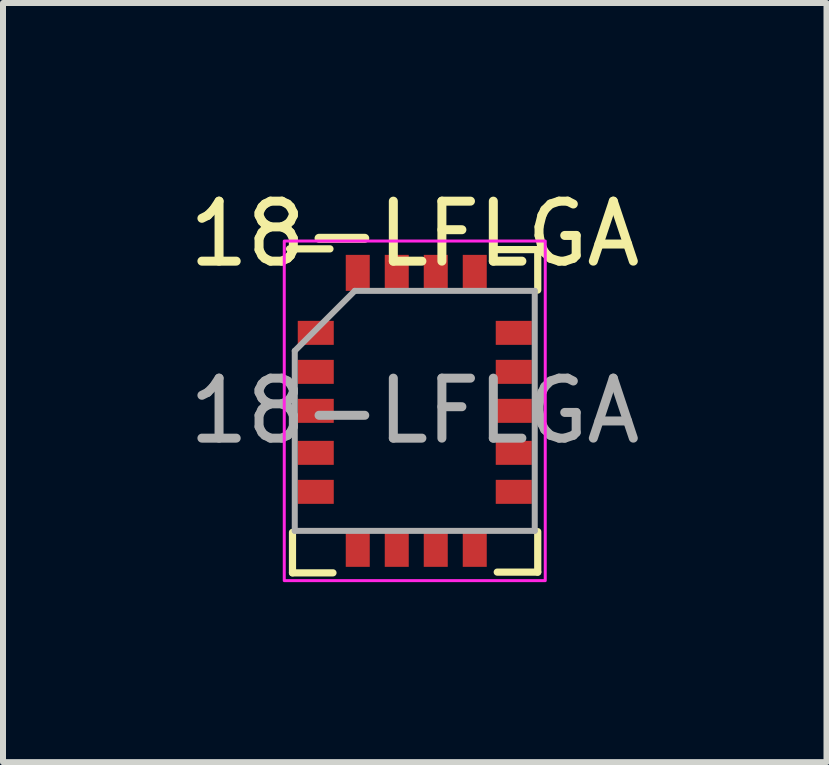
<source format=kicad_pcb>
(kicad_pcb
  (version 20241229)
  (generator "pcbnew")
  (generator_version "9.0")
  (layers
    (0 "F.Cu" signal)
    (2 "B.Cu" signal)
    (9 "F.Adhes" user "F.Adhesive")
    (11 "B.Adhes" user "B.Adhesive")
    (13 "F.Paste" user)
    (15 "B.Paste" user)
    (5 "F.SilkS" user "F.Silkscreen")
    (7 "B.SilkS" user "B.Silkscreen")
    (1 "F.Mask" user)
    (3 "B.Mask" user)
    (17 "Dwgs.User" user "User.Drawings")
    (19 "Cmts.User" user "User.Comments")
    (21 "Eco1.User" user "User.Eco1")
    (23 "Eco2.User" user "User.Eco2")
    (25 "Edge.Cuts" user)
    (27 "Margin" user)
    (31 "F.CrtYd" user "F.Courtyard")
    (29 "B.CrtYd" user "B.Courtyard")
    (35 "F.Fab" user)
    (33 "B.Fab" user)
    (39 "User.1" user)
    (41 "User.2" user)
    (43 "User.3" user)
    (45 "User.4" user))
  (footprint "18-LFLGA"
    (layer "F.Cu")
    (at 3.863 3.798)
    (property "Reference" "18-LFLGA" (at 0 -2.95 0) (layer "F.SilkS") (effects (font (size 1 1) (thickness 0.15))))
    (attr smd)
    (fp_line (start -2.038 2.7) (end -2.038 2.025) (stroke (width 0.12) (type solid)) (layer "F.SilkS"))
    (fp_line (start -1.413 -2.7) (end -2.087 -2.7) (stroke (width 0.12) (type solid)) (layer "F.SilkS"))
    (fp_line (start -1.363 2.7) (end -2.038 2.7) (stroke (width 0.12) (type solid)) (layer "F.SilkS"))
    (fp_line (start 1.375 -2.688) (end 2.05 -2.688) (stroke (width 0.12) (type solid)) (layer "F.SilkS"))
    (fp_line (start 1.375 2.688) (end 2.05 2.688) (stroke (width 0.12) (type solid)) (layer "F.SilkS"))
    (fp_line (start 2.05 -2.688) (end 2.05 -2.013) (stroke (width 0.12) (type solid)) (layer "F.SilkS"))
    (fp_line (start 2.05 2.688) (end 2.05 2.013) (stroke (width 0.12) (type solid)) (layer "F.SilkS"))
    (fp_rect (start 2.175 2.83) (end -2.175 -2.83) (stroke (width 0.05) (type default)) (fill no) (layer "F.CrtYd"))
    (fp_line (start -2 -1) (end -1 -2) (stroke (width 0.1) (type solid)) (layer "F.Fab"))
    (fp_line (start -2 2) (end -2 -1) (stroke (width 0.1) (type solid)) (layer "F.Fab"))
    (fp_line (start -1 -2) (end 2 -2) (stroke (width 0.1) (type solid)) (layer "F.Fab"))
    (fp_line (start 2 -2) (end 2 2) (stroke (width 0.1) (type solid)) (layer "F.Fab"))
    (fp_line (start 2 2) (end -2 2) (stroke (width 0.1) (type solid)) (layer "F.Fab"))
    (fp_text user "${REFERENCE}" (at 0 0 0) (layer "F.Fab") (effects (font (size 1 1) (thickness 0.15))))
    (pad "1" smd rect (at -1.65 -1.3) (size 0.6 0.4) (layers "F.Cu" "F.Mask" "F.Paste"))
    (pad "1" smd rect (at -1.65 -0.65) (size 0.6 0.4) (layers "F.Cu" "F.Mask" "F.Paste"))
    (pad "1" smd rect (at -1.65 0) (size 0.6 0.4) (layers "F.Cu" "F.Mask" "F.Paste"))
    (pad "1" smd rect (at -1.65 0.7) (size 0.6 0.4) (layers "F.Cu" "F.Mask" "F.Paste"))
    (pad "1" smd rect (at -1.65 1.35) (size 0.6 0.4) (layers "F.Cu" "F.Mask" "F.Paste"))
    (pad "1" smd rect (at -0.95 -2.3 90) (size 0.6 0.4) (layers "F.Cu" "F.Mask" "F.Paste"))
    (pad "1" smd rect (at -0.95 2.3 90) (size 0.6 0.4) (layers "F.Cu" "F.Mask" "F.Paste"))
    (pad "1" smd rect (at -0.3 -2.3 90) (size 0.6 0.4) (layers "F.Cu" "F.Mask" "F.Paste"))
    (pad "1" smd rect (at -0.3 2.3 90) (size 0.6 0.4) (layers "F.Cu" "F.Mask" "F.Paste"))
    (pad "1" smd rect (at 0.35 -2.3 90) (size 0.6 0.4) (layers "F.Cu" "F.Mask" "F.Paste"))
    (pad "1" smd rect (at 0.35 2.3 90) (size 0.6 0.4) (layers "F.Cu" "F.Mask" "F.Paste"))
    (pad "1" smd rect (at 1 -2.3 90) (size 0.6 0.4) (layers "F.Cu" "F.Mask" "F.Paste"))
    (pad "1" smd rect (at 1 2.3 90) (size 0.6 0.4) (layers "F.Cu" "F.Mask" "F.Paste"))
    (pad "1" smd rect (at 1.65 -1.3 180) (size 0.6 0.4) (layers "F.Cu" "F.Mask" "F.Paste"))
    (pad "1" smd rect (at 1.65 -0.65 180) (size 0.6 0.4) (layers "F.Cu" "F.Mask" "F.Paste"))
    (pad "1" smd rect (at 1.65 0 180) (size 0.6 0.4) (layers "F.Cu" "F.Mask" "F.Paste"))
    (pad "1" smd rect (at 1.65 0.7 180) (size 0.6 0.4) (layers "F.Cu" "F.Mask" "F.Paste"))
    (pad "1" smd rect (at 1.65 1.35 180) (size 0.6 0.4) (layers "F.Cu" "F.Mask" "F.Paste")))
  (gr_rect
    (start -3 -3)
    (end 10.726 9.653)
    (stroke (width 0.1) (type default))
    (fill no)
    (layer "Edge.Cuts")))
</source>
